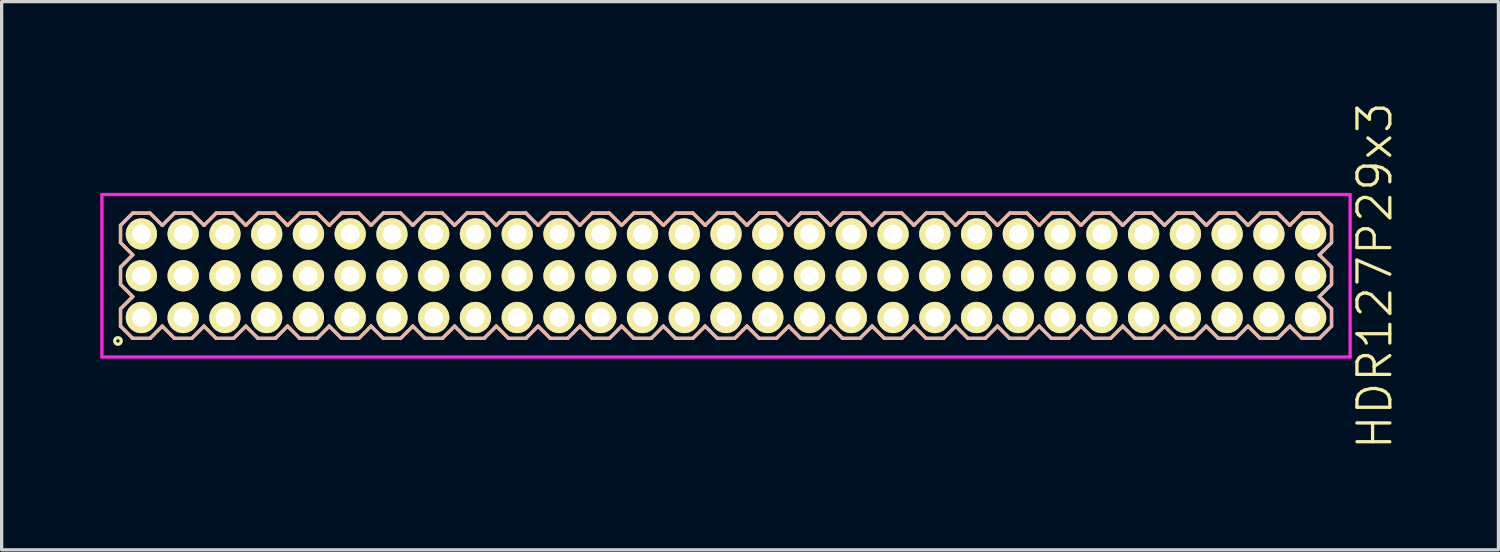
<source format=kicad_pcb>
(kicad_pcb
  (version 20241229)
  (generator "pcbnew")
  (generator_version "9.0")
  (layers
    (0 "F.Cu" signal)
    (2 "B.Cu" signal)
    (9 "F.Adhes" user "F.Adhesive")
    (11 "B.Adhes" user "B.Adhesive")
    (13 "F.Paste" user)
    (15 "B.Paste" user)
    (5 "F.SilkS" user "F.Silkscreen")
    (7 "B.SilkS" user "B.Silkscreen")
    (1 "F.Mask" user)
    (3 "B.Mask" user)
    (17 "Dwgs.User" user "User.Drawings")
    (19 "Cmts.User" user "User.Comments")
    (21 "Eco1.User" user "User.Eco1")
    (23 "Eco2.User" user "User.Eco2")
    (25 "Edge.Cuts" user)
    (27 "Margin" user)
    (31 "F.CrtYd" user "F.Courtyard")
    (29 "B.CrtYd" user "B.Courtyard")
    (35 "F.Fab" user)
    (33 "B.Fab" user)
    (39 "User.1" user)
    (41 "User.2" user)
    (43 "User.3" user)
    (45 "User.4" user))
  (footprint "HDR127P29x3"
    (layer "F.Cu")
    (at 19.03 5.336)
    (property "Reference" "HDR127P29x3" (at 19.73 0 90) (layer "F.SilkS") (effects (font (size 1 1) (thickness 0.1))))
    (attr through_hole)
    (fp_line (start -18.415 -1.533) (end -18.043 -1.905) (stroke (width 0.1) (type solid)) (layer "F.SilkS"))
    (fp_line (start -18.415 -1.007) (end -18.415 -1.533) (stroke (width 0.1) (type solid)) (layer "F.SilkS"))
    (fp_line (start -18.415 -0.263) (end -18.043 -0.635) (stroke (width 0.1) (type solid)) (layer "F.SilkS"))
    (fp_line (start -18.415 0.263) (end -18.415 -0.263) (stroke (width 0.1) (type solid)) (layer "F.SilkS"))
    (fp_line (start -18.415 1.007) (end -18.043 0.635) (stroke (width 0.1) (type solid)) (layer "F.SilkS"))
    (fp_line (start -18.415 1.533) (end -18.415 1.007) (stroke (width 0.1) (type solid)) (layer "F.SilkS"))
    (fp_line (start -18.043 -1.905) (end -17.517 -1.905) (stroke (width 0.1) (type solid)) (layer "F.SilkS"))
    (fp_line (start -18.043 -0.635) (end -18.415 -1.007) (stroke (width 0.1) (type solid)) (layer "F.SilkS"))
    (fp_line (start -18.043 0.635) (end -18.415 0.263) (stroke (width 0.1) (type solid)) (layer "F.SilkS"))
    (fp_line (start -18.043 1.905) (end -18.415 1.533) (stroke (width 0.1) (type solid)) (layer "F.SilkS"))
    (fp_line (start -17.517 -1.905) (end -17.145 -1.533) (stroke (width 0.1) (type solid)) (layer "F.SilkS"))
    (fp_line (start -17.517 1.905) (end -18.043 1.905) (stroke (width 0.1) (type solid)) (layer "F.SilkS"))
    (fp_line (start -17.145 -1.533) (end -16.773 -1.905) (stroke (width 0.1) (type solid)) (layer "F.SilkS"))
    (fp_line (start -17.145 1.533) (end -17.517 1.905) (stroke (width 0.1) (type solid)) (layer "F.SilkS"))
    (fp_line (start -16.773 -1.905) (end -16.247 -1.905) (stroke (width 0.1) (type solid)) (layer "F.SilkS"))
    (fp_line (start -16.773 1.905) (end -17.145 1.533) (stroke (width 0.1) (type solid)) (layer "F.SilkS"))
    (fp_line (start -16.247 -1.905) (end -15.875 -1.533) (stroke (width 0.1) (type solid)) (layer "F.SilkS"))
    (fp_line (start -16.247 1.905) (end -16.773 1.905) (stroke (width 0.1) (type solid)) (layer "F.SilkS"))
    (fp_line (start -15.875 -1.533) (end -15.503 -1.905) (stroke (width 0.1) (type solid)) (layer "F.SilkS"))
    (fp_line (start -15.875 1.533) (end -16.247 1.905) (stroke (width 0.1) (type solid)) (layer "F.SilkS"))
    (fp_line (start -15.503 -1.905) (end -14.977 -1.905) (stroke (width 0.1) (type solid)) (layer "F.SilkS"))
    (fp_line (start -15.503 1.905) (end -15.875 1.533) (stroke (width 0.1) (type solid)) (layer "F.SilkS"))
    (fp_line (start -14.977 -1.905) (end -14.605 -1.533) (stroke (width 0.1) (type solid)) (layer "F.SilkS"))
    (fp_line (start -14.977 1.905) (end -15.503 1.905) (stroke (width 0.1) (type solid)) (layer "F.SilkS"))
    (fp_line (start -14.605 -1.533) (end -14.233 -1.905) (stroke (width 0.1) (type solid)) (layer "F.SilkS"))
    (fp_line (start -14.605 1.533) (end -14.977 1.905) (stroke (width 0.1) (type solid)) (layer "F.SilkS"))
    (fp_line (start -14.233 -1.905) (end -13.707 -1.905) (stroke (width 0.1) (type solid)) (layer "F.SilkS"))
    (fp_line (start -14.233 1.905) (end -14.605 1.533) (stroke (width 0.1) (type solid)) (layer "F.SilkS"))
    (fp_line (start -13.707 -1.905) (end -13.335 -1.533) (stroke (width 0.1) (type solid)) (layer "F.SilkS"))
    (fp_line (start -13.707 1.905) (end -14.233 1.905) (stroke (width 0.1) (type solid)) (layer "F.SilkS"))
    (fp_line (start -13.335 -1.533) (end -12.963 -1.905) (stroke (width 0.1) (type solid)) (layer "F.SilkS"))
    (fp_line (start -13.335 1.533) (end -13.707 1.905) (stroke (width 0.1) (type solid)) (layer "F.SilkS"))
    (fp_line (start -12.963 -1.905) (end -12.437 -1.905) (stroke (width 0.1) (type solid)) (layer "F.SilkS"))
    (fp_line (start -12.963 1.905) (end -13.335 1.533) (stroke (width 0.1) (type solid)) (layer "F.SilkS"))
    (fp_line (start -12.437 -1.905) (end -12.065 -1.533) (stroke (width 0.1) (type solid)) (layer "F.SilkS"))
    (fp_line (start -12.437 1.905) (end -12.963 1.905) (stroke (width 0.1) (type solid)) (layer "F.SilkS"))
    (fp_line (start -12.065 -1.533) (end -11.693 -1.905) (stroke (width 0.1) (type solid)) (layer "F.SilkS"))
    (fp_line (start -12.065 1.533) (end -12.437 1.905) (stroke (width 0.1) (type solid)) (layer "F.SilkS"))
    (fp_line (start -11.693 -1.905) (end -11.167 -1.905) (stroke (width 0.1) (type solid)) (layer "F.SilkS"))
    (fp_line (start -11.693 1.905) (end -12.065 1.533) (stroke (width 0.1) (type solid)) (layer "F.SilkS"))
    (fp_line (start -11.167 -1.905) (end -10.795 -1.533) (stroke (width 0.1) (type solid)) (layer "F.SilkS"))
    (fp_line (start -11.167 1.905) (end -11.693 1.905) (stroke (width 0.1) (type solid)) (layer "F.SilkS"))
    (fp_line (start -10.795 -1.533) (end -10.423 -1.905) (stroke (width 0.1) (type solid)) (layer "F.SilkS"))
    (fp_line (start -10.795 1.533) (end -11.167 1.905) (stroke (width 0.1) (type solid)) (layer "F.SilkS"))
    (fp_line (start -10.423 -1.905) (end -9.897 -1.905) (stroke (width 0.1) (type solid)) (layer "F.SilkS"))
    (fp_line (start -10.423 1.905) (end -10.795 1.533) (stroke (width 0.1) (type solid)) (layer "F.SilkS"))
    (fp_line (start -9.897 -1.905) (end -9.525 -1.533) (stroke (width 0.1) (type solid)) (layer "F.SilkS"))
    (fp_line (start -9.897 1.905) (end -10.423 1.905) (stroke (width 0.1) (type solid)) (layer "F.SilkS"))
    (fp_line (start -9.525 -1.533) (end -9.153 -1.905) (stroke (width 0.1) (type solid)) (layer "F.SilkS"))
    (fp_line (start -9.525 1.533) (end -9.897 1.905) (stroke (width 0.1) (type solid)) (layer "F.SilkS"))
    (fp_line (start -9.153 -1.905) (end -8.627 -1.905) (stroke (width 0.1) (type solid)) (layer "F.SilkS"))
    (fp_line (start -9.153 1.905) (end -9.525 1.533) (stroke (width 0.1) (type solid)) (layer "F.SilkS"))
    (fp_line (start -8.627 -1.905) (end -8.255 -1.533) (stroke (width 0.1) (type solid)) (layer "F.SilkS"))
    (fp_line (start -8.627 1.905) (end -9.153 1.905) (stroke (width 0.1) (type solid)) (layer "F.SilkS"))
    (fp_line (start -8.255 -1.533) (end -7.883 -1.905) (stroke (width 0.1) (type solid)) (layer "F.SilkS"))
    (fp_line (start -8.255 1.533) (end -8.627 1.905) (stroke (width 0.1) (type solid)) (layer "F.SilkS"))
    (fp_line (start -7.883 -1.905) (end -7.357 -1.905) (stroke (width 0.1) (type solid)) (layer "F.SilkS"))
    (fp_line (start -7.883 1.905) (end -8.255 1.533) (stroke (width 0.1) (type solid)) (layer "F.SilkS"))
    (fp_line (start -7.357 -1.905) (end -6.985 -1.533) (stroke (width 0.1) (type solid)) (layer "F.SilkS"))
    (fp_line (start -7.357 1.905) (end -7.883 1.905) (stroke (width 0.1) (type solid)) (layer "F.SilkS"))
    (fp_line (start -6.985 -1.533) (end -6.613 -1.905) (stroke (width 0.1) (type solid)) (layer "F.SilkS"))
    (fp_line (start -6.985 1.533) (end -7.357 1.905) (stroke (width 0.1) (type solid)) (layer "F.SilkS"))
    (fp_line (start -6.613 -1.905) (end -6.087 -1.905) (stroke (width 0.1) (type solid)) (layer "F.SilkS"))
    (fp_line (start -6.613 1.905) (end -6.985 1.533) (stroke (width 0.1) (type solid)) (layer "F.SilkS"))
    (fp_line (start -6.087 -1.905) (end -5.715 -1.533) (stroke (width 0.1) (type solid)) (layer "F.SilkS"))
    (fp_line (start -6.087 1.905) (end -6.613 1.905) (stroke (width 0.1) (type solid)) (layer "F.SilkS"))
    (fp_line (start -5.715 -1.533) (end -5.343 -1.905) (stroke (width 0.1) (type solid)) (layer "F.SilkS"))
    (fp_line (start -5.715 1.533) (end -6.087 1.905) (stroke (width 0.1) (type solid)) (layer "F.SilkS"))
    (fp_line (start -5.343 -1.905) (end -4.817 -1.905) (stroke (width 0.1) (type solid)) (layer "F.SilkS"))
    (fp_line (start -5.343 1.905) (end -5.715 1.533) (stroke (width 0.1) (type solid)) (layer "F.SilkS"))
    (fp_line (start -4.817 -1.905) (end -4.445 -1.533) (stroke (width 0.1) (type solid)) (layer "F.SilkS"))
    (fp_line (start -4.817 1.905) (end -5.343 1.905) (stroke (width 0.1) (type solid)) (layer "F.SilkS"))
    (fp_line (start -4.445 -1.533) (end -4.073 -1.905) (stroke (width 0.1) (type solid)) (layer "F.SilkS"))
    (fp_line (start -4.445 1.533) (end -4.817 1.905) (stroke (width 0.1) (type solid)) (layer "F.SilkS"))
    (fp_line (start -4.073 -1.905) (end -3.547 -1.905) (stroke (width 0.1) (type solid)) (layer "F.SilkS"))
    (fp_line (start -4.073 1.905) (end -4.445 1.533) (stroke (width 0.1) (type solid)) (layer "F.SilkS"))
    (fp_line (start -3.547 -1.905) (end -3.175 -1.533) (stroke (width 0.1) (type solid)) (layer "F.SilkS"))
    (fp_line (start -3.547 1.905) (end -4.073 1.905) (stroke (width 0.1) (type solid)) (layer "F.SilkS"))
    (fp_line (start -3.175 -1.533) (end -2.803 -1.905) (stroke (width 0.1) (type solid)) (layer "F.SilkS"))
    (fp_line (start -3.175 1.533) (end -3.547 1.905) (stroke (width 0.1) (type solid)) (layer "F.SilkS"))
    (fp_line (start -2.803 -1.905) (end -2.277 -1.905) (stroke (width 0.1) (type solid)) (layer "F.SilkS"))
    (fp_line (start -2.803 1.905) (end -3.175 1.533) (stroke (width 0.1) (type solid)) (layer "F.SilkS"))
    (fp_line (start -2.277 -1.905) (end -1.905 -1.533) (stroke (width 0.1) (type solid)) (layer "F.SilkS"))
    (fp_line (start -2.277 1.905) (end -2.803 1.905) (stroke (width 0.1) (type solid)) (layer "F.SilkS"))
    (fp_line (start -1.905 -1.533) (end -1.533 -1.905) (stroke (width 0.1) (type solid)) (layer "F.SilkS"))
    (fp_line (start -1.905 1.533) (end -2.277 1.905) (stroke (width 0.1) (type solid)) (layer "F.SilkS"))
    (fp_line (start -1.533 -1.905) (end -1.007 -1.905) (stroke (width 0.1) (type solid)) (layer "F.SilkS"))
    (fp_line (start -1.533 1.905) (end -1.905 1.533) (stroke (width 0.1) (type solid)) (layer "F.SilkS"))
    (fp_line (start -1.007 -1.905) (end -0.635 -1.533) (stroke (width 0.1) (type solid)) (layer "F.SilkS"))
    (fp_line (start -1.007 1.905) (end -1.533 1.905) (stroke (width 0.1) (type solid)) (layer "F.SilkS"))
    (fp_line (start -0.635 -1.533) (end -0.263 -1.905) (stroke (width 0.1) (type solid)) (layer "F.SilkS"))
    (fp_line (start -0.635 1.533) (end -1.007 1.905) (stroke (width 0.1) (type solid)) (layer "F.SilkS"))
    (fp_line (start -0.263 -1.905) (end 0.263 -1.905) (stroke (width 0.1) (type solid)) (layer "F.SilkS"))
    (fp_line (start -0.263 1.905) (end -0.635 1.533) (stroke (width 0.1) (type solid)) (layer "F.SilkS"))
    (fp_line (start 0.263 -1.905) (end 0.635 -1.533) (stroke (width 0.1) (type solid)) (layer "F.SilkS"))
    (fp_line (start 0.263 1.905) (end -0.263 1.905) (stroke (width 0.1) (type solid)) (layer "F.SilkS"))
    (fp_line (start 0.635 -1.533) (end 1.007 -1.905) (stroke (width 0.1) (type solid)) (layer "F.SilkS"))
    (fp_line (start 0.635 1.533) (end 0.263 1.905) (stroke (width 0.1) (type solid)) (layer "F.SilkS"))
    (fp_line (start 1.007 -1.905) (end 1.533 -1.905) (stroke (width 0.1) (type solid)) (layer "F.SilkS"))
    (fp_line (start 1.007 1.905) (end 0.635 1.533) (stroke (width 0.1) (type solid)) (layer "F.SilkS"))
    (fp_line (start 1.533 -1.905) (end 1.905 -1.533) (stroke (width 0.1) (type solid)) (layer "F.SilkS"))
    (fp_line (start 1.533 1.905) (end 1.007 1.905) (stroke (width 0.1) (type solid)) (layer "F.SilkS"))
    (fp_line (start 1.905 -1.533) (end 2.277 -1.905) (stroke (width 0.1) (type solid)) (layer "F.SilkS"))
    (fp_line (start 1.905 1.533) (end 1.533 1.905) (stroke (width 0.1) (type solid)) (layer "F.SilkS"))
    (fp_line (start 2.277 -1.905) (end 2.803 -1.905) (stroke (width 0.1) (type solid)) (layer "F.SilkS"))
    (fp_line (start 2.277 1.905) (end 1.905 1.533) (stroke (width 0.1) (type solid)) (layer "F.SilkS"))
    (fp_line (start 2.803 -1.905) (end 3.175 -1.533) (stroke (width 0.1) (type solid)) (layer "F.SilkS"))
    (fp_line (start 2.803 1.905) (end 2.277 1.905) (stroke (width 0.1) (type solid)) (layer "F.SilkS"))
    (fp_line (start 3.175 -1.533) (end 3.547 -1.905) (stroke (width 0.1) (type solid)) (layer "F.SilkS"))
    (fp_line (start 3.175 1.533) (end 2.803 1.905) (stroke (width 0.1) (type solid)) (layer "F.SilkS"))
    (fp_line (start 3.547 -1.905) (end 4.073 -1.905) (stroke (width 0.1) (type solid)) (layer "F.SilkS"))
    (fp_line (start 3.547 1.905) (end 3.175 1.533) (stroke (width 0.1) (type solid)) (layer "F.SilkS"))
    (fp_line (start 4.073 -1.905) (end 4.445 -1.533) (stroke (width 0.1) (type solid)) (layer "F.SilkS"))
    (fp_line (start 4.073 1.905) (end 3.547 1.905) (stroke (width 0.1) (type solid)) (layer "F.SilkS"))
    (fp_line (start 4.445 -1.533) (end 4.817 -1.905) (stroke (width 0.1) (type solid)) (layer "F.SilkS"))
    (fp_line (start 4.445 1.533) (end 4.073 1.905) (stroke (width 0.1) (type solid)) (layer "F.SilkS"))
    (fp_line (start 4.817 -1.905) (end 5.343 -1.905) (stroke (width 0.1) (type solid)) (layer "F.SilkS"))
    (fp_line (start 4.817 1.905) (end 4.445 1.533) (stroke (width 0.1) (type solid)) (layer "F.SilkS"))
    (fp_line (start 5.343 -1.905) (end 5.715 -1.533) (stroke (width 0.1) (type solid)) (layer "F.SilkS"))
    (fp_line (start 5.343 1.905) (end 4.817 1.905) (stroke (width 0.1) (type solid)) (layer "F.SilkS"))
    (fp_line (start 5.715 -1.533) (end 6.087 -1.905) (stroke (width 0.1) (type solid)) (layer "F.SilkS"))
    (fp_line (start 5.715 1.533) (end 5.343 1.905) (stroke (width 0.1) (type solid)) (layer "F.SilkS"))
    (fp_line (start 6.087 -1.905) (end 6.613 -1.905) (stroke (width 0.1) (type solid)) (layer "F.SilkS"))
    (fp_line (start 6.087 1.905) (end 5.715 1.533) (stroke (width 0.1) (type solid)) (layer "F.SilkS"))
    (fp_line (start 6.613 -1.905) (end 6.985 -1.533) (stroke (width 0.1) (type solid)) (layer "F.SilkS"))
    (fp_line (start 6.613 1.905) (end 6.087 1.905) (stroke (width 0.1) (type solid)) (layer "F.SilkS"))
    (fp_line (start 6.985 -1.533) (end 7.357 -1.905) (stroke (width 0.1) (type solid)) (layer "F.SilkS"))
    (fp_line (start 6.985 1.533) (end 6.613 1.905) (stroke (width 0.1) (type solid)) (layer "F.SilkS"))
    (fp_line (start 7.357 -1.905) (end 7.883 -1.905) (stroke (width 0.1) (type solid)) (layer "F.SilkS"))
    (fp_line (start 7.357 1.905) (end 6.985 1.533) (stroke (width 0.1) (type solid)) (layer "F.SilkS"))
    (fp_line (start 7.883 -1.905) (end 8.255 -1.533) (stroke (width 0.1) (type solid)) (layer "F.SilkS"))
    (fp_line (start 7.883 1.905) (end 7.357 1.905) (stroke (width 0.1) (type solid)) (layer "F.SilkS"))
    (fp_line (start 8.255 -1.533) (end 8.627 -1.905) (stroke (width 0.1) (type solid)) (layer "F.SilkS"))
    (fp_line (start 8.255 1.533) (end 7.883 1.905) (stroke (width 0.1) (type solid)) (layer "F.SilkS"))
    (fp_line (start 8.627 -1.905) (end 9.153 -1.905) (stroke (width 0.1) (type solid)) (layer "F.SilkS"))
    (fp_line (start 8.627 1.905) (end 8.255 1.533) (stroke (width 0.1) (type solid)) (layer "F.SilkS"))
    (fp_line (start 9.153 -1.905) (end 9.525 -1.533) (stroke (width 0.1) (type solid)) (layer "F.SilkS"))
    (fp_line (start 9.153 1.905) (end 8.627 1.905) (stroke (width 0.1) (type solid)) (layer "F.SilkS"))
    (fp_line (start 9.525 -1.533) (end 9.897 -1.905) (stroke (width 0.1) (type solid)) (layer "F.SilkS"))
    (fp_line (start 9.525 1.533) (end 9.153 1.905) (stroke (width 0.1) (type solid)) (layer "F.SilkS"))
    (fp_line (start 9.897 -1.905) (end 10.423 -1.905) (stroke (width 0.1) (type solid)) (layer "F.SilkS"))
    (fp_line (start 9.897 1.905) (end 9.525 1.533) (stroke (width 0.1) (type solid)) (layer "F.SilkS"))
    (fp_line (start 10.423 -1.905) (end 10.795 -1.533) (stroke (width 0.1) (type solid)) (layer "F.SilkS"))
    (fp_line (start 10.423 1.905) (end 9.897 1.905) (stroke (width 0.1) (type solid)) (layer "F.SilkS"))
    (fp_line (start 10.795 -1.533) (end 11.167 -1.905) (stroke (width 0.1) (type solid)) (layer "F.SilkS"))
    (fp_line (start 10.795 1.533) (end 10.423 1.905) (stroke (width 0.1) (type solid)) (layer "F.SilkS"))
    (fp_line (start 11.167 -1.905) (end 11.693 -1.905) (stroke (width 0.1) (type solid)) (layer "F.SilkS"))
    (fp_line (start 11.167 1.905) (end 10.795 1.533) (stroke (width 0.1) (type solid)) (layer "F.SilkS"))
    (fp_line (start 11.693 -1.905) (end 12.065 -1.533) (stroke (width 0.1) (type solid)) (layer "F.SilkS"))
    (fp_line (start 11.693 1.905) (end 11.167 1.905) (stroke (width 0.1) (type solid)) (layer "F.SilkS"))
    (fp_line (start 12.065 -1.533) (end 12.437 -1.905) (stroke (width 0.1) (type solid)) (layer "F.SilkS"))
    (fp_line (start 12.065 1.533) (end 11.693 1.905) (stroke (width 0.1) (type solid)) (layer "F.SilkS"))
    (fp_line (start 12.437 -1.905) (end 12.963 -1.905) (stroke (width 0.1) (type solid)) (layer "F.SilkS"))
    (fp_line (start 12.437 1.905) (end 12.065 1.533) (stroke (width 0.1) (type solid)) (layer "F.SilkS"))
    (fp_line (start 12.963 -1.905) (end 13.335 -1.533) (stroke (width 0.1) (type solid)) (layer "F.SilkS"))
    (fp_line (start 12.963 1.905) (end 12.437 1.905) (stroke (width 0.1) (type solid)) (layer "F.SilkS"))
    (fp_line (start 13.335 -1.533) (end 13.707 -1.905) (stroke (width 0.1) (type solid)) (layer "F.SilkS"))
    (fp_line (start 13.335 1.533) (end 12.963 1.905) (stroke (width 0.1) (type solid)) (layer "F.SilkS"))
    (fp_line (start 13.707 -1.905) (end 14.233 -1.905) (stroke (width 0.1) (type solid)) (layer "F.SilkS"))
    (fp_line (start 13.707 1.905) (end 13.335 1.533) (stroke (width 0.1) (type solid)) (layer "F.SilkS"))
    (fp_line (start 14.233 -1.905) (end 14.605 -1.533) (stroke (width 0.1) (type solid)) (layer "F.SilkS"))
    (fp_line (start 14.233 1.905) (end 13.707 1.905) (stroke (width 0.1) (type solid)) (layer "F.SilkS"))
    (fp_line (start 14.605 -1.533) (end 14.977 -1.905) (stroke (width 0.1) (type solid)) (layer "F.SilkS"))
    (fp_line (start 14.605 1.533) (end 14.233 1.905) (stroke (width 0.1) (type solid)) (layer "F.SilkS"))
    (fp_line (start 14.977 -1.905) (end 15.503 -1.905) (stroke (width 0.1) (type solid)) (layer "F.SilkS"))
    (fp_line (start 14.977 1.905) (end 14.605 1.533) (stroke (width 0.1) (type solid)) (layer "F.SilkS"))
    (fp_line (start 15.503 -1.905) (end 15.875 -1.533) (stroke (width 0.1) (type solid)) (layer "F.SilkS"))
    (fp_line (start 15.503 1.905) (end 14.977 1.905) (stroke (width 0.1) (type solid)) (layer "F.SilkS"))
    (fp_line (start 15.875 -1.533) (end 16.247 -1.905) (stroke (width 0.1) (type solid)) (layer "F.SilkS"))
    (fp_line (start 15.875 1.533) (end 15.503 1.905) (stroke (width 0.1) (type solid)) (layer "F.SilkS"))
    (fp_line (start 16.247 -1.905) (end 16.773 -1.905) (stroke (width 0.1) (type solid)) (layer "F.SilkS"))
    (fp_line (start 16.247 1.905) (end 15.875 1.533) (stroke (width 0.1) (type solid)) (layer "F.SilkS"))
    (fp_line (start 16.773 -1.905) (end 17.145 -1.533) (stroke (width 0.1) (type solid)) (layer "F.SilkS"))
    (fp_line (start 16.773 1.905) (end 16.247 1.905) (stroke (width 0.1) (type solid)) (layer "F.SilkS"))
    (fp_line (start 17.145 -1.533) (end 17.517 -1.905) (stroke (width 0.1) (type solid)) (layer "F.SilkS"))
    (fp_line (start 17.145 1.533) (end 16.773 1.905) (stroke (width 0.1) (type solid)) (layer "F.SilkS"))
    (fp_line (start 17.517 -1.905) (end 18.043 -1.905) (stroke (width 0.1) (type solid)) (layer "F.SilkS"))
    (fp_line (start 17.517 1.905) (end 17.145 1.533) (stroke (width 0.1) (type solid)) (layer "F.SilkS"))
    (fp_line (start 18.043 -1.905) (end 18.415 -1.533) (stroke (width 0.1) (type solid)) (layer "F.SilkS"))
    (fp_line (start 18.043 -0.635) (end 18.415 -0.263) (stroke (width 0.1) (type solid)) (layer "F.SilkS"))
    (fp_line (start 18.043 0.635) (end 18.415 1.007) (stroke (width 0.1) (type solid)) (layer "F.SilkS"))
    (fp_line (start 18.043 1.905) (end 17.517 1.905) (stroke (width 0.1) (type solid)) (layer "F.SilkS"))
    (fp_line (start 18.415 -1.533) (end 18.415 -1.007) (stroke (width 0.1) (type solid)) (layer "F.SilkS"))
    (fp_line (start 18.415 -1.007) (end 18.043 -0.635) (stroke (width 0.1) (type solid)) (layer "F.SilkS"))
    (fp_line (start 18.415 -0.263) (end 18.415 0.263) (stroke (width 0.1) (type solid)) (layer "F.SilkS"))
    (fp_line (start 18.415 0.263) (end 18.043 0.635) (stroke (width 0.1) (type solid)) (layer "F.SilkS"))
    (fp_line (start 18.415 1.007) (end 18.415 1.533) (stroke (width 0.1) (type solid)) (layer "F.SilkS"))
    (fp_line (start 18.415 1.533) (end 18.043 1.905) (stroke (width 0.1) (type solid)) (layer "F.SilkS"))
    (fp_circle (center -18.493 1.983) (end -18.393 1.983) (stroke (width 0.1) (type solid)) (fill no) (layer "F.SilkS"))
    (fp_line (start -18.415 -1.533) (end -18.043 -1.905) (stroke (width 0.1) (type solid)) (layer "B.SilkS"))
    (fp_line (start -18.415 -1.007) (end -18.415 -1.533) (stroke (width 0.1) (type solid)) (layer "B.SilkS"))
    (fp_line (start -18.415 -0.263) (end -18.043 -0.635) (stroke (width 0.1) (type solid)) (layer "B.SilkS"))
    (fp_line (start -18.415 0.263) (end -18.415 -0.263) (stroke (width 0.1) (type solid)) (layer "B.SilkS"))
    (fp_line (start -18.415 1.007) (end -18.043 0.635) (stroke (width 0.1) (type solid)) (layer "B.SilkS"))
    (fp_line (start -18.415 1.533) (end -18.415 1.007) (stroke (width 0.1) (type solid)) (layer "B.SilkS"))
    (fp_line (start -18.043 -1.905) (end -17.517 -1.905) (stroke (width 0.1) (type solid)) (layer "B.SilkS"))
    (fp_line (start -18.043 -0.635) (end -18.415 -1.007) (stroke (width 0.1) (type solid)) (layer "B.SilkS"))
    (fp_line (start -18.043 0.635) (end -18.415 0.263) (stroke (width 0.1) (type solid)) (layer "B.SilkS"))
    (fp_line (start -18.043 1.905) (end -18.415 1.533) (stroke (width 0.1) (type solid)) (layer "B.SilkS"))
    (fp_line (start -17.517 -1.905) (end -17.145 -1.533) (stroke (width 0.1) (type solid)) (layer "B.SilkS"))
    (fp_line (start -17.517 1.905) (end -18.043 1.905) (stroke (width 0.1) (type solid)) (layer "B.SilkS"))
    (fp_line (start -17.145 -1.533) (end -16.773 -1.905) (stroke (width 0.1) (type solid)) (layer "B.SilkS"))
    (fp_line (start -17.145 1.533) (end -17.517 1.905) (stroke (width 0.1) (type solid)) (layer "B.SilkS"))
    (fp_line (start -16.773 -1.905) (end -16.247 -1.905) (stroke (width 0.1) (type solid)) (layer "B.SilkS"))
    (fp_line (start -16.773 1.905) (end -17.145 1.533) (stroke (width 0.1) (type solid)) (layer "B.SilkS"))
    (fp_line (start -16.247 -1.905) (end -15.875 -1.533) (stroke (width 0.1) (type solid)) (layer "B.SilkS"))
    (fp_line (start -16.247 1.905) (end -16.773 1.905) (stroke (width 0.1) (type solid)) (layer "B.SilkS"))
    (fp_line (start -15.875 -1.533) (end -15.503 -1.905) (stroke (width 0.1) (type solid)) (layer "B.SilkS"))
    (fp_line (start -15.875 1.533) (end -16.247 1.905) (stroke (width 0.1) (type solid)) (layer "B.SilkS"))
    (fp_line (start -15.503 -1.905) (end -14.977 -1.905) (stroke (width 0.1) (type solid)) (layer "B.SilkS"))
    (fp_line (start -15.503 1.905) (end -15.875 1.533) (stroke (width 0.1) (type solid)) (layer "B.SilkS"))
    (fp_line (start -14.977 -1.905) (end -14.605 -1.533) (stroke (width 0.1) (type solid)) (layer "B.SilkS"))
    (fp_line (start -14.977 1.905) (end -15.503 1.905) (stroke (width 0.1) (type solid)) (layer "B.SilkS"))
    (fp_line (start -14.605 -1.533) (end -14.233 -1.905) (stroke (width 0.1) (type solid)) (layer "B.SilkS"))
    (fp_line (start -14.605 1.533) (end -14.977 1.905) (stroke (width 0.1) (type solid)) (layer "B.SilkS"))
    (fp_line (start -14.233 -1.905) (end -13.707 -1.905) (stroke (width 0.1) (type solid)) (layer "B.SilkS"))
    (fp_line (start -14.233 1.905) (end -14.605 1.533) (stroke (width 0.1) (type solid)) (layer "B.SilkS"))
    (fp_line (start -13.707 -1.905) (end -13.335 -1.533) (stroke (width 0.1) (type solid)) (layer "B.SilkS"))
    (fp_line (start -13.707 1.905) (end -14.233 1.905) (stroke (width 0.1) (type solid)) (layer "B.SilkS"))
    (fp_line (start -13.335 -1.533) (end -12.963 -1.905) (stroke (width 0.1) (type solid)) (layer "B.SilkS"))
    (fp_line (start -13.335 1.533) (end -13.707 1.905) (stroke (width 0.1) (type solid)) (layer "B.SilkS"))
    (fp_line (start -12.963 -1.905) (end -12.437 -1.905) (stroke (width 0.1) (type solid)) (layer "B.SilkS"))
    (fp_line (start -12.963 1.905) (end -13.335 1.533) (stroke (width 0.1) (type solid)) (layer "B.SilkS"))
    (fp_line (start -12.437 -1.905) (end -12.065 -1.533) (stroke (width 0.1) (type solid)) (layer "B.SilkS"))
    (fp_line (start -12.437 1.905) (end -12.963 1.905) (stroke (width 0.1) (type solid)) (layer "B.SilkS"))
    (fp_line (start -12.065 -1.533) (end -11.693 -1.905) (stroke (width 0.1) (type solid)) (layer "B.SilkS"))
    (fp_line (start -12.065 1.533) (end -12.437 1.905) (stroke (width 0.1) (type solid)) (layer "B.SilkS"))
    (fp_line (start -11.693 -1.905) (end -11.167 -1.905) (stroke (width 0.1) (type solid)) (layer "B.SilkS"))
    (fp_line (start -11.693 1.905) (end -12.065 1.533) (stroke (width 0.1) (type solid)) (layer "B.SilkS"))
    (fp_line (start -11.167 -1.905) (end -10.795 -1.533) (stroke (width 0.1) (type solid)) (layer "B.SilkS"))
    (fp_line (start -11.167 1.905) (end -11.693 1.905) (stroke (width 0.1) (type solid)) (layer "B.SilkS"))
    (fp_line (start -10.795 -1.533) (end -10.423 -1.905) (stroke (width 0.1) (type solid)) (layer "B.SilkS"))
    (fp_line (start -10.795 1.533) (end -11.167 1.905) (stroke (width 0.1) (type solid)) (layer "B.SilkS"))
    (fp_line (start -10.423 -1.905) (end -9.897 -1.905) (stroke (width 0.1) (type solid)) (layer "B.SilkS"))
    (fp_line (start -10.423 1.905) (end -10.795 1.533) (stroke (width 0.1) (type solid)) (layer "B.SilkS"))
    (fp_line (start -9.897 -1.905) (end -9.525 -1.533) (stroke (width 0.1) (type solid)) (layer "B.SilkS"))
    (fp_line (start -9.897 1.905) (end -10.423 1.905) (stroke (width 0.1) (type solid)) (layer "B.SilkS"))
    (fp_line (start -9.525 -1.533) (end -9.153 -1.905) (stroke (width 0.1) (type solid)) (layer "B.SilkS"))
    (fp_line (start -9.525 1.533) (end -9.897 1.905) (stroke (width 0.1) (type solid)) (layer "B.SilkS"))
    (fp_line (start -9.153 -1.905) (end -8.627 -1.905) (stroke (width 0.1) (type solid)) (layer "B.SilkS"))
    (fp_line (start -9.153 1.905) (end -9.525 1.533) (stroke (width 0.1) (type solid)) (layer "B.SilkS"))
    (fp_line (start -8.627 -1.905) (end -8.255 -1.533) (stroke (width 0.1) (type solid)) (layer "B.SilkS"))
    (fp_line (start -8.627 1.905) (end -9.153 1.905) (stroke (width 0.1) (type solid)) (layer "B.SilkS"))
    (fp_line (start -8.255 -1.533) (end -7.883 -1.905) (stroke (width 0.1) (type solid)) (layer "B.SilkS"))
    (fp_line (start -8.255 1.533) (end -8.627 1.905) (stroke (width 0.1) (type solid)) (layer "B.SilkS"))
    (fp_line (start -7.883 -1.905) (end -7.357 -1.905) (stroke (width 0.1) (type solid)) (layer "B.SilkS"))
    (fp_line (start -7.883 1.905) (end -8.255 1.533) (stroke (width 0.1) (type solid)) (layer "B.SilkS"))
    (fp_line (start -7.357 -1.905) (end -6.985 -1.533) (stroke (width 0.1) (type solid)) (layer "B.SilkS"))
    (fp_line (start -7.357 1.905) (end -7.883 1.905) (stroke (width 0.1) (type solid)) (layer "B.SilkS"))
    (fp_line (start -6.985 -1.533) (end -6.613 -1.905) (stroke (width 0.1) (type solid)) (layer "B.SilkS"))
    (fp_line (start -6.985 1.533) (end -7.357 1.905) (stroke (width 0.1) (type solid)) (layer "B.SilkS"))
    (fp_line (start -6.613 -1.905) (end -6.087 -1.905) (stroke (width 0.1) (type solid)) (layer "B.SilkS"))
    (fp_line (start -6.613 1.905) (end -6.985 1.533) (stroke (width 0.1) (type solid)) (layer "B.SilkS"))
    (fp_line (start -6.087 -1.905) (end -5.715 -1.533) (stroke (width 0.1) (type solid)) (layer "B.SilkS"))
    (fp_line (start -6.087 1.905) (end -6.613 1.905) (stroke (width 0.1) (type solid)) (layer "B.SilkS"))
    (fp_line (start -5.715 -1.533) (end -5.343 -1.905) (stroke (width 0.1) (type solid)) (layer "B.SilkS"))
    (fp_line (start -5.715 1.533) (end -6.087 1.905) (stroke (width 0.1) (type solid)) (layer "B.SilkS"))
    (fp_line (start -5.343 -1.905) (end -4.817 -1.905) (stroke (width 0.1) (type solid)) (layer "B.SilkS"))
    (fp_line (start -5.343 1.905) (end -5.715 1.533) (stroke (width 0.1) (type solid)) (layer "B.SilkS"))
    (fp_line (start -4.817 -1.905) (end -4.445 -1.533) (stroke (width 0.1) (type solid)) (layer "B.SilkS"))
    (fp_line (start -4.817 1.905) (end -5.343 1.905) (stroke (width 0.1) (type solid)) (layer "B.SilkS"))
    (fp_line (start -4.445 -1.533) (end -4.073 -1.905) (stroke (width 0.1) (type solid)) (layer "B.SilkS"))
    (fp_line (start -4.445 1.533) (end -4.817 1.905) (stroke (width 0.1) (type solid)) (layer "B.SilkS"))
    (fp_line (start -4.073 -1.905) (end -3.547 -1.905) (stroke (width 0.1) (type solid)) (layer "B.SilkS"))
    (fp_line (start -4.073 1.905) (end -4.445 1.533) (stroke (width 0.1) (type solid)) (layer "B.SilkS"))
    (fp_line (start -3.547 -1.905) (end -3.175 -1.533) (stroke (width 0.1) (type solid)) (layer "B.SilkS"))
    (fp_line (start -3.547 1.905) (end -4.073 1.905) (stroke (width 0.1) (type solid)) (layer "B.SilkS"))
    (fp_line (start -3.175 -1.533) (end -2.803 -1.905) (stroke (width 0.1) (type solid)) (layer "B.SilkS"))
    (fp_line (start -3.175 1.533) (end -3.547 1.905) (stroke (width 0.1) (type solid)) (layer "B.SilkS"))
    (fp_line (start -2.803 -1.905) (end -2.277 -1.905) (stroke (width 0.1) (type solid)) (layer "B.SilkS"))
    (fp_line (start -2.803 1.905) (end -3.175 1.533) (stroke (width 0.1) (type solid)) (layer "B.SilkS"))
    (fp_line (start -2.277 -1.905) (end -1.905 -1.533) (stroke (width 0.1) (type solid)) (layer "B.SilkS"))
    (fp_line (start -2.277 1.905) (end -2.803 1.905) (stroke (width 0.1) (type solid)) (layer "B.SilkS"))
    (fp_line (start -1.905 -1.533) (end -1.533 -1.905) (stroke (width 0.1) (type solid)) (layer "B.SilkS"))
    (fp_line (start -1.905 1.533) (end -2.277 1.905) (stroke (width 0.1) (type solid)) (layer "B.SilkS"))
    (fp_line (start -1.533 -1.905) (end -1.007 -1.905) (stroke (width 0.1) (type solid)) (layer "B.SilkS"))
    (fp_line (start -1.533 1.905) (end -1.905 1.533) (stroke (width 0.1) (type solid)) (layer "B.SilkS"))
    (fp_line (start -1.007 -1.905) (end -0.635 -1.533) (stroke (width 0.1) (type solid)) (layer "B.SilkS"))
    (fp_line (start -1.007 1.905) (end -1.533 1.905) (stroke (width 0.1) (type solid)) (layer "B.SilkS"))
    (fp_line (start -0.635 -1.533) (end -0.263 -1.905) (stroke (width 0.1) (type solid)) (layer "B.SilkS"))
    (fp_line (start -0.635 1.533) (end -1.007 1.905) (stroke (width 0.1) (type solid)) (layer "B.SilkS"))
    (fp_line (start -0.263 -1.905) (end 0.263 -1.905) (stroke (width 0.1) (type solid)) (layer "B.SilkS"))
    (fp_line (start -0.263 1.905) (end -0.635 1.533) (stroke (width 0.1) (type solid)) (layer "B.SilkS"))
    (fp_line (start 0.263 -1.905) (end 0.635 -1.533) (stroke (width 0.1) (type solid)) (layer "B.SilkS"))
    (fp_line (start 0.263 1.905) (end -0.263 1.905) (stroke (width 0.1) (type solid)) (layer "B.SilkS"))
    (fp_line (start 0.635 -1.533) (end 1.007 -1.905) (stroke (width 0.1) (type solid)) (layer "B.SilkS"))
    (fp_line (start 0.635 1.533) (end 0.263 1.905) (stroke (width 0.1) (type solid)) (layer "B.SilkS"))
    (fp_line (start 1.007 -1.905) (end 1.533 -1.905) (stroke (width 0.1) (type solid)) (layer "B.SilkS"))
    (fp_line (start 1.007 1.905) (end 0.635 1.533) (stroke (width 0.1) (type solid)) (layer "B.SilkS"))
    (fp_line (start 1.533 -1.905) (end 1.905 -1.533) (stroke (width 0.1) (type solid)) (layer "B.SilkS"))
    (fp_line (start 1.533 1.905) (end 1.007 1.905) (stroke (width 0.1) (type solid)) (layer "B.SilkS"))
    (fp_line (start 1.905 -1.533) (end 2.277 -1.905) (stroke (width 0.1) (type solid)) (layer "B.SilkS"))
    (fp_line (start 1.905 1.533) (end 1.533 1.905) (stroke (width 0.1) (type solid)) (layer "B.SilkS"))
    (fp_line (start 2.277 -1.905) (end 2.803 -1.905) (stroke (width 0.1) (type solid)) (layer "B.SilkS"))
    (fp_line (start 2.277 1.905) (end 1.905 1.533) (stroke (width 0.1) (type solid)) (layer "B.SilkS"))
    (fp_line (start 2.803 -1.905) (end 3.175 -1.533) (stroke (width 0.1) (type solid)) (layer "B.SilkS"))
    (fp_line (start 2.803 1.905) (end 2.277 1.905) (stroke (width 0.1) (type solid)) (layer "B.SilkS"))
    (fp_line (start 3.175 -1.533) (end 3.547 -1.905) (stroke (width 0.1) (type solid)) (layer "B.SilkS"))
    (fp_line (start 3.175 1.533) (end 2.803 1.905) (stroke (width 0.1) (type solid)) (layer "B.SilkS"))
    (fp_line (start 3.547 -1.905) (end 4.073 -1.905) (stroke (width 0.1) (type solid)) (layer "B.SilkS"))
    (fp_line (start 3.547 1.905) (end 3.175 1.533) (stroke (width 0.1) (type solid)) (layer "B.SilkS"))
    (fp_line (start 4.073 -1.905) (end 4.445 -1.533) (stroke (width 0.1) (type solid)) (layer "B.SilkS"))
    (fp_line (start 4.073 1.905) (end 3.547 1.905) (stroke (width 0.1) (type solid)) (layer "B.SilkS"))
    (fp_line (start 4.445 -1.533) (end 4.817 -1.905) (stroke (width 0.1) (type solid)) (layer "B.SilkS"))
    (fp_line (start 4.445 1.533) (end 4.073 1.905) (stroke (width 0.1) (type solid)) (layer "B.SilkS"))
    (fp_line (start 4.817 -1.905) (end 5.343 -1.905) (stroke (width 0.1) (type solid)) (layer "B.SilkS"))
    (fp_line (start 4.817 1.905) (end 4.445 1.533) (stroke (width 0.1) (type solid)) (layer "B.SilkS"))
    (fp_line (start 5.343 -1.905) (end 5.715 -1.533) (stroke (width 0.1) (type solid)) (layer "B.SilkS"))
    (fp_line (start 5.343 1.905) (end 4.817 1.905) (stroke (width 0.1) (type solid)) (layer "B.SilkS"))
    (fp_line (start 5.715 -1.533) (end 6.087 -1.905) (stroke (width 0.1) (type solid)) (layer "B.SilkS"))
    (fp_line (start 5.715 1.533) (end 5.343 1.905) (stroke (width 0.1) (type solid)) (layer "B.SilkS"))
    (fp_line (start 6.087 -1.905) (end 6.613 -1.905) (stroke (width 0.1) (type solid)) (layer "B.SilkS"))
    (fp_line (start 6.087 1.905) (end 5.715 1.533) (stroke (width 0.1) (type solid)) (layer "B.SilkS"))
    (fp_line (start 6.613 -1.905) (end 6.985 -1.533) (stroke (width 0.1) (type solid)) (layer "B.SilkS"))
    (fp_line (start 6.613 1.905) (end 6.087 1.905) (stroke (width 0.1) (type solid)) (layer "B.SilkS"))
    (fp_line (start 6.985 -1.533) (end 7.357 -1.905) (stroke (width 0.1) (type solid)) (layer "B.SilkS"))
    (fp_line (start 6.985 1.533) (end 6.613 1.905) (stroke (width 0.1) (type solid)) (layer "B.SilkS"))
    (fp_line (start 7.357 -1.905) (end 7.883 -1.905) (stroke (width 0.1) (type solid)) (layer "B.SilkS"))
    (fp_line (start 7.357 1.905) (end 6.985 1.533) (stroke (width 0.1) (type solid)) (layer "B.SilkS"))
    (fp_line (start 7.883 -1.905) (end 8.255 -1.533) (stroke (width 0.1) (type solid)) (layer "B.SilkS"))
    (fp_line (start 7.883 1.905) (end 7.357 1.905) (stroke (width 0.1) (type solid)) (layer "B.SilkS"))
    (fp_line (start 8.255 -1.533) (end 8.627 -1.905) (stroke (width 0.1) (type solid)) (layer "B.SilkS"))
    (fp_line (start 8.255 1.533) (end 7.883 1.905) (stroke (width 0.1) (type solid)) (layer "B.SilkS"))
    (fp_line (start 8.627 -1.905) (end 9.153 -1.905) (stroke (width 0.1) (type solid)) (layer "B.SilkS"))
    (fp_line (start 8.627 1.905) (end 8.255 1.533) (stroke (width 0.1) (type solid)) (layer "B.SilkS"))
    (fp_line (start 9.153 -1.905) (end 9.525 -1.533) (stroke (width 0.1) (type solid)) (layer "B.SilkS"))
    (fp_line (start 9.153 1.905) (end 8.627 1.905) (stroke (width 0.1) (type solid)) (layer "B.SilkS"))
    (fp_line (start 9.525 -1.533) (end 9.897 -1.905) (stroke (width 0.1) (type solid)) (layer "B.SilkS"))
    (fp_line (start 9.525 1.533) (end 9.153 1.905) (stroke (width 0.1) (type solid)) (layer "B.SilkS"))
    (fp_line (start 9.897 -1.905) (end 10.423 -1.905) (stroke (width 0.1) (type solid)) (layer "B.SilkS"))
    (fp_line (start 9.897 1.905) (end 9.525 1.533) (stroke (width 0.1) (type solid)) (layer "B.SilkS"))
    (fp_line (start 10.423 -1.905) (end 10.795 -1.533) (stroke (width 0.1) (type solid)) (layer "B.SilkS"))
    (fp_line (start 10.423 1.905) (end 9.897 1.905) (stroke (width 0.1) (type solid)) (layer "B.SilkS"))
    (fp_line (start 10.795 -1.533) (end 11.167 -1.905) (stroke (width 0.1) (type solid)) (layer "B.SilkS"))
    (fp_line (start 10.795 1.533) (end 10.423 1.905) (stroke (width 0.1) (type solid)) (layer "B.SilkS"))
    (fp_line (start 11.167 -1.905) (end 11.693 -1.905) (stroke (width 0.1) (type solid)) (layer "B.SilkS"))
    (fp_line (start 11.167 1.905) (end 10.795 1.533) (stroke (width 0.1) (type solid)) (layer "B.SilkS"))
    (fp_line (start 11.693 -1.905) (end 12.065 -1.533) (stroke (width 0.1) (type solid)) (layer "B.SilkS"))
    (fp_line (start 11.693 1.905) (end 11.167 1.905) (stroke (width 0.1) (type solid)) (layer "B.SilkS"))
    (fp_line (start 12.065 -1.533) (end 12.437 -1.905) (stroke (width 0.1) (type solid)) (layer "B.SilkS"))
    (fp_line (start 12.065 1.533) (end 11.693 1.905) (stroke (width 0.1) (type solid)) (layer "B.SilkS"))
    (fp_line (start 12.437 -1.905) (end 12.963 -1.905) (stroke (width 0.1) (type solid)) (layer "B.SilkS"))
    (fp_line (start 12.437 1.905) (end 12.065 1.533) (stroke (width 0.1) (type solid)) (layer "B.SilkS"))
    (fp_line (start 12.963 -1.905) (end 13.335 -1.533) (stroke (width 0.1) (type solid)) (layer "B.SilkS"))
    (fp_line (start 12.963 1.905) (end 12.437 1.905) (stroke (width 0.1) (type solid)) (layer "B.SilkS"))
    (fp_line (start 13.335 -1.533) (end 13.707 -1.905) (stroke (width 0.1) (type solid)) (layer "B.SilkS"))
    (fp_line (start 13.335 1.533) (end 12.963 1.905) (stroke (width 0.1) (type solid)) (layer "B.SilkS"))
    (fp_line (start 13.707 -1.905) (end 14.233 -1.905) (stroke (width 0.1) (type solid)) (layer "B.SilkS"))
    (fp_line (start 13.707 1.905) (end 13.335 1.533) (stroke (width 0.1) (type solid)) (layer "B.SilkS"))
    (fp_line (start 14.233 -1.905) (end 14.605 -1.533) (stroke (width 0.1) (type solid)) (layer "B.SilkS"))
    (fp_line (start 14.233 1.905) (end 13.707 1.905) (stroke (width 0.1) (type solid)) (layer "B.SilkS"))
    (fp_line (start 14.605 -1.533) (end 14.977 -1.905) (stroke (width 0.1) (type solid)) (layer "B.SilkS"))
    (fp_line (start 14.605 1.533) (end 14.233 1.905) (stroke (width 0.1) (type solid)) (layer "B.SilkS"))
    (fp_line (start 14.977 -1.905) (end 15.503 -1.905) (stroke (width 0.1) (type solid)) (layer "B.SilkS"))
    (fp_line (start 14.977 1.905) (end 14.605 1.533) (stroke (width 0.1) (type solid)) (layer "B.SilkS"))
    (fp_line (start 15.503 -1.905) (end 15.875 -1.533) (stroke (width 0.1) (type solid)) (layer "B.SilkS"))
    (fp_line (start 15.503 1.905) (end 14.977 1.905) (stroke (width 0.1) (type solid)) (layer "B.SilkS"))
    (fp_line (start 15.875 -1.533) (end 16.247 -1.905) (stroke (width 0.1) (type solid)) (layer "B.SilkS"))
    (fp_line (start 15.875 1.533) (end 15.503 1.905) (stroke (width 0.1) (type solid)) (layer "B.SilkS"))
    (fp_line (start 16.247 -1.905) (end 16.773 -1.905) (stroke (width 0.1) (type solid)) (layer "B.SilkS"))
    (fp_line (start 16.247 1.905) (end 15.875 1.533) (stroke (width 0.1) (type solid)) (layer "B.SilkS"))
    (fp_line (start 16.773 -1.905) (end 17.145 -1.533) (stroke (width 0.1) (type solid)) (layer "B.SilkS"))
    (fp_line (start 16.773 1.905) (end 16.247 1.905) (stroke (width 0.1) (type solid)) (layer "B.SilkS"))
    (fp_line (start 17.145 -1.533) (end 17.517 -1.905) (stroke (width 0.1) (type solid)) (layer "B.SilkS"))
    (fp_line (start 17.145 1.533) (end 16.773 1.905) (stroke (width 0.1) (type solid)) (layer "B.SilkS"))
    (fp_line (start 17.517 -1.905) (end 18.043 -1.905) (stroke (width 0.1) (type solid)) (layer "B.SilkS"))
    (fp_line (start 17.517 1.905) (end 17.145 1.533) (stroke (width 0.1) (type solid)) (layer "B.SilkS"))
    (fp_line (start 18.043 -1.905) (end 18.415 -1.533) (stroke (width 0.1) (type solid)) (layer "B.SilkS"))
    (fp_line (start 18.043 -0.635) (end 18.415 -0.263) (stroke (width 0.1) (type solid)) (layer "B.SilkS"))
    (fp_line (start 18.043 0.635) (end 18.415 1.007) (stroke (width 0.1) (type solid)) (layer "B.SilkS"))
    (fp_line (start 18.043 1.905) (end 17.517 1.905) (stroke (width 0.1) (type solid)) (layer "B.SilkS"))
    (fp_line (start 18.415 -1.533) (end 18.415 -1.007) (stroke (width 0.1) (type solid)) (layer "B.SilkS"))
    (fp_line (start 18.415 -1.007) (end 18.043 -0.635) (stroke (width 0.1) (type solid)) (layer "B.SilkS"))
    (fp_line (start 18.415 -0.263) (end 18.415 0.263) (stroke (width 0.1) (type solid)) (layer "B.SilkS"))
    (fp_line (start 18.415 0.263) (end 18.043 0.635) (stroke (width 0.1) (type solid)) (layer "B.SilkS"))
    (fp_line (start 18.415 1.007) (end 18.415 1.533) (stroke (width 0.1) (type solid)) (layer "B.SilkS"))
    (fp_line (start 18.415 1.533) (end 18.043 1.905) (stroke (width 0.1) (type solid)) (layer "B.SilkS"))
    (fp_line (start -18.98 -2.47) (end -18.98 2.47) (stroke (width 0.1) (type solid)) (layer "F.CrtYd"))
    (fp_line (start -18.98 2.47) (end 18.98 2.47) (stroke (width 0.1) (type solid)) (layer "F.CrtYd"))
    (fp_line (start 18.98 -2.47) (end -18.98 -2.47) (stroke (width 0.1) (type solid)) (layer "F.CrtYd"))
    (fp_line (start 18.98 2.47) (end 18.98 -2.47) (stroke (width 0.1) (type solid)) (layer "F.CrtYd"))
    (pad "1" thru_hole oval (at -17.78 1.27) (size 0.95 0.95) (drill 0.57) (layers "*.Cu" "*.Mask" "F.SilkS"))
    (pad "2" thru_hole oval (at -17.78 0) (size 0.95 0.95) (drill 0.57) (layers "*.Cu" "*.Mask" "F.SilkS"))
    (pad "3" thru_hole oval (at -17.78 -1.27) (size 0.95 0.95) (drill 0.57) (layers "*.Cu" "*.Mask" "F.SilkS"))
    (pad "4" thru_hole oval (at -16.51 1.27) (size 0.95 0.95) (drill 0.57) (layers "*.Cu" "*.Mask" "F.SilkS"))
    (pad "5" thru_hole oval (at -16.51 0) (size 0.95 0.95) (drill 0.57) (layers "*.Cu" "*.Mask" "F.SilkS"))
    (pad "6" thru_hole oval (at -16.51 -1.27) (size 0.95 0.95) (drill 0.57) (layers "*.Cu" "*.Mask" "F.SilkS"))
    (pad "7" thru_hole oval (at -15.24 1.27) (size 0.95 0.95) (drill 0.57) (layers "*.Cu" "*.Mask" "F.SilkS"))
    (pad "8" thru_hole oval (at -15.24 0) (size 0.95 0.95) (drill 0.57) (layers "*.Cu" "*.Mask" "F.SilkS"))
    (pad "9" thru_hole oval (at -15.24 -1.27) (size 0.95 0.95) (drill 0.57) (layers "*.Cu" "*.Mask" "F.SilkS"))
    (pad "10" thru_hole oval (at -13.97 1.27) (size 0.95 0.95) (drill 0.57) (layers "*.Cu" "*.Mask" "F.SilkS"))
    (pad "11" thru_hole oval (at -13.97 0) (size 0.95 0.95) (drill 0.57) (layers "*.Cu" "*.Mask" "F.SilkS"))
    (pad "12" thru_hole oval (at -13.97 -1.27) (size 0.95 0.95) (drill 0.57) (layers "*.Cu" "*.Mask" "F.SilkS"))
    (pad "13" thru_hole oval (at -12.7 1.27) (size 0.95 0.95) (drill 0.57) (layers "*.Cu" "*.Mask" "F.SilkS"))
    (pad "14" thru_hole oval (at -12.7 0) (size 0.95 0.95) (drill 0.57) (layers "*.Cu" "*.Mask" "F.SilkS"))
    (pad "15" thru_hole oval (at -12.7 -1.27) (size 0.95 0.95) (drill 0.57) (layers "*.Cu" "*.Mask" "F.SilkS"))
    (pad "16" thru_hole oval (at -11.43 1.27) (size 0.95 0.95) (drill 0.57) (layers "*.Cu" "*.Mask" "F.SilkS"))
    (pad "17" thru_hole oval (at -11.43 0) (size 0.95 0.95) (drill 0.57) (layers "*.Cu" "*.Mask" "F.SilkS"))
    (pad "18" thru_hole oval (at -11.43 -1.27) (size 0.95 0.95) (drill 0.57) (layers "*.Cu" "*.Mask" "F.SilkS"))
    (pad "19" thru_hole oval (at -10.16 1.27) (size 0.95 0.95) (drill 0.57) (layers "*.Cu" "*.Mask" "F.SilkS"))
    (pad "20" thru_hole oval (at -10.16 0) (size 0.95 0.95) (drill 0.57) (layers "*.Cu" "*.Mask" "F.SilkS"))
    (pad "21" thru_hole oval (at -10.16 -1.27) (size 0.95 0.95) (drill 0.57) (layers "*.Cu" "*.Mask" "F.SilkS"))
    (pad "22" thru_hole oval (at -8.89 1.27) (size 0.95 0.95) (drill 0.57) (layers "*.Cu" "*.Mask" "F.SilkS"))
    (pad "23" thru_hole oval (at -8.89 0) (size 0.95 0.95) (drill 0.57) (layers "*.Cu" "*.Mask" "F.SilkS"))
    (pad "24" thru_hole oval (at -8.89 -1.27) (size 0.95 0.95) (drill 0.57) (layers "*.Cu" "*.Mask" "F.SilkS"))
    (pad "25" thru_hole oval (at -7.62 1.27) (size 0.95 0.95) (drill 0.57) (layers "*.Cu" "*.Mask" "F.SilkS"))
    (pad "26" thru_hole oval (at -7.62 0) (size 0.95 0.95) (drill 0.57) (layers "*.Cu" "*.Mask" "F.SilkS"))
    (pad "27" thru_hole oval (at -7.62 -1.27) (size 0.95 0.95) (drill 0.57) (layers "*.Cu" "*.Mask" "F.SilkS"))
    (pad "28" thru_hole oval (at -6.35 1.27) (size 0.95 0.95) (drill 0.57) (layers "*.Cu" "*.Mask" "F.SilkS"))
    (pad "29" thru_hole oval (at -6.35 0) (size 0.95 0.95) (drill 0.57) (layers "*.Cu" "*.Mask" "F.SilkS"))
    (pad "30" thru_hole oval (at -6.35 -1.27) (size 0.95 0.95) (drill 0.57) (layers "*.Cu" "*.Mask" "F.SilkS"))
    (pad "31" thru_hole oval (at -5.08 1.27) (size 0.95 0.95) (drill 0.57) (layers "*.Cu" "*.Mask" "F.SilkS"))
    (pad "32" thru_hole oval (at -5.08 0) (size 0.95 0.95) (drill 0.57) (layers "*.Cu" "*.Mask" "F.SilkS"))
    (pad "33" thru_hole oval (at -5.08 -1.27) (size 0.95 0.95) (drill 0.57) (layers "*.Cu" "*.Mask" "F.SilkS"))
    (pad "34" thru_hole oval (at -3.81 1.27) (size 0.95 0.95) (drill 0.57) (layers "*.Cu" "*.Mask" "F.SilkS"))
    (pad "35" thru_hole oval (at -3.81 0) (size 0.95 0.95) (drill 0.57) (layers "*.Cu" "*.Mask" "F.SilkS"))
    (pad "36" thru_hole oval (at -3.81 -1.27) (size 0.95 0.95) (drill 0.57) (layers "*.Cu" "*.Mask" "F.SilkS"))
    (pad "37" thru_hole oval (at -2.54 1.27) (size 0.95 0.95) (drill 0.57) (layers "*.Cu" "*.Mask" "F.SilkS"))
    (pad "38" thru_hole oval (at -2.54 0) (size 0.95 0.95) (drill 0.57) (layers "*.Cu" "*.Mask" "F.SilkS"))
    (pad "39" thru_hole oval (at -2.54 -1.27) (size 0.95 0.95) (drill 0.57) (layers "*.Cu" "*.Mask" "F.SilkS"))
    (pad "40" thru_hole oval (at -1.27 1.27) (size 0.95 0.95) (drill 0.57) (layers "*.Cu" "*.Mask" "F.SilkS"))
    (pad "41" thru_hole oval (at -1.27 0) (size 0.95 0.95) (drill 0.57) (layers "*.Cu" "*.Mask" "F.SilkS"))
    (pad "42" thru_hole oval (at -1.27 -1.27) (size 0.95 0.95) (drill 0.57) (layers "*.Cu" "*.Mask" "F.SilkS"))
    (pad "43" thru_hole oval (at 0 1.27) (size 0.95 0.95) (drill 0.57) (layers "*.Cu" "*.Mask" "F.SilkS"))
    (pad "44" thru_hole oval (at 0 0) (size 0.95 0.95) (drill 0.57) (layers "*.Cu" "*.Mask" "F.SilkS"))
    (pad "45" thru_hole oval (at 0 -1.27) (size 0.95 0.95) (drill 0.57) (layers "*.Cu" "*.Mask" "F.SilkS"))
    (pad "46" thru_hole oval (at 1.27 1.27) (size 0.95 0.95) (drill 0.57) (layers "*.Cu" "*.Mask" "F.SilkS"))
    (pad "47" thru_hole oval (at 1.27 0) (size 0.95 0.95) (drill 0.57) (layers "*.Cu" "*.Mask" "F.SilkS"))
    (pad "48" thru_hole oval (at 1.27 -1.27) (size 0.95 0.95) (drill 0.57) (layers "*.Cu" "*.Mask" "F.SilkS"))
    (pad "49" thru_hole oval (at 2.54 1.27) (size 0.95 0.95) (drill 0.57) (layers "*.Cu" "*.Mask" "F.SilkS"))
    (pad "50" thru_hole oval (at 2.54 0) (size 0.95 0.95) (drill 0.57) (layers "*.Cu" "*.Mask" "F.SilkS"))
    (pad "51" thru_hole oval (at 2.54 -1.27) (size 0.95 0.95) (drill 0.57) (layers "*.Cu" "*.Mask" "F.SilkS"))
    (pad "52" thru_hole oval (at 3.81 1.27) (size 0.95 0.95) (drill 0.57) (layers "*.Cu" "*.Mask" "F.SilkS"))
    (pad "53" thru_hole oval (at 3.81 0) (size 0.95 0.95) (drill 0.57) (layers "*.Cu" "*.Mask" "F.SilkS"))
    (pad "54" thru_hole oval (at 3.81 -1.27) (size 0.95 0.95) (drill 0.57) (layers "*.Cu" "*.Mask" "F.SilkS"))
    (pad "55" thru_hole oval (at 5.08 1.27) (size 0.95 0.95) (drill 0.57) (layers "*.Cu" "*.Mask" "F.SilkS"))
    (pad "56" thru_hole oval (at 5.08 0) (size 0.95 0.95) (drill 0.57) (layers "*.Cu" "*.Mask" "F.SilkS"))
    (pad "57" thru_hole oval (at 5.08 -1.27) (size 0.95 0.95) (drill 0.57) (layers "*.Cu" "*.Mask" "F.SilkS"))
    (pad "58" thru_hole oval (at 6.35 1.27) (size 0.95 0.95) (drill 0.57) (layers "*.Cu" "*.Mask" "F.SilkS"))
    (pad "59" thru_hole oval (at 6.35 0) (size 0.95 0.95) (drill 0.57) (layers "*.Cu" "*.Mask" "F.SilkS"))
    (pad "60" thru_hole oval (at 6.35 -1.27) (size 0.95 0.95) (drill 0.57) (layers "*.Cu" "*.Mask" "F.SilkS"))
    (pad "61" thru_hole oval (at 7.62 1.27) (size 0.95 0.95) (drill 0.57) (layers "*.Cu" "*.Mask" "F.SilkS"))
    (pad "62" thru_hole oval (at 7.62 0) (size 0.95 0.95) (drill 0.57) (layers "*.Cu" "*.Mask" "F.SilkS"))
    (pad "63" thru_hole oval (at 7.62 -1.27) (size 0.95 0.95) (drill 0.57) (layers "*.Cu" "*.Mask" "F.SilkS"))
    (pad "64" thru_hole oval (at 8.89 1.27) (size 0.95 0.95) (drill 0.57) (layers "*.Cu" "*.Mask" "F.SilkS"))
    (pad "65" thru_hole oval (at 8.89 0) (size 0.95 0.95) (drill 0.57) (layers "*.Cu" "*.Mask" "F.SilkS"))
    (pad "66" thru_hole oval (at 8.89 -1.27) (size 0.95 0.95) (drill 0.57) (layers "*.Cu" "*.Mask" "F.SilkS"))
    (pad "67" thru_hole oval (at 10.16 1.27) (size 0.95 0.95) (drill 0.57) (layers "*.Cu" "*.Mask" "F.SilkS"))
    (pad "68" thru_hole oval (at 10.16 0) (size 0.95 0.95) (drill 0.57) (layers "*.Cu" "*.Mask" "F.SilkS"))
    (pad "69" thru_hole oval (at 10.16 -1.27) (size 0.95 0.95) (drill 0.57) (layers "*.Cu" "*.Mask" "F.SilkS"))
    (pad "70" thru_hole oval (at 11.43 1.27) (size 0.95 0.95) (drill 0.57) (layers "*.Cu" "*.Mask" "F.SilkS"))
    (pad "71" thru_hole oval (at 11.43 0) (size 0.95 0.95) (drill 0.57) (layers "*.Cu" "*.Mask" "F.SilkS"))
    (pad "72" thru_hole oval (at 11.43 -1.27) (size 0.95 0.95) (drill 0.57) (layers "*.Cu" "*.Mask" "F.SilkS"))
    (pad "73" thru_hole oval (at 12.7 1.27) (size 0.95 0.95) (drill 0.57) (layers "*.Cu" "*.Mask" "F.SilkS"))
    (pad "74" thru_hole oval (at 12.7 0) (size 0.95 0.95) (drill 0.57) (layers "*.Cu" "*.Mask" "F.SilkS"))
    (pad "75" thru_hole oval (at 12.7 -1.27) (size 0.95 0.95) (drill 0.57) (layers "*.Cu" "*.Mask" "F.SilkS"))
    (pad "76" thru_hole oval (at 13.97 1.27) (size 0.95 0.95) (drill 0.57) (layers "*.Cu" "*.Mask" "F.SilkS"))
    (pad "77" thru_hole oval (at 13.97 0) (size 0.95 0.95) (drill 0.57) (layers "*.Cu" "*.Mask" "F.SilkS"))
    (pad "78" thru_hole oval (at 13.97 -1.27) (size 0.95 0.95) (drill 0.57) (layers "*.Cu" "*.Mask" "F.SilkS"))
    (pad "79" thru_hole oval (at 15.24 1.27) (size 0.95 0.95) (drill 0.57) (layers "*.Cu" "*.Mask" "F.SilkS"))
    (pad "80" thru_hole oval (at 15.24 0) (size 0.95 0.95) (drill 0.57) (layers "*.Cu" "*.Mask" "F.SilkS"))
    (pad "81" thru_hole oval (at 15.24 -1.27) (size 0.95 0.95) (drill 0.57) (layers "*.Cu" "*.Mask" "F.SilkS"))
    (pad "82" thru_hole oval (at 16.51 1.27) (size 0.95 0.95) (drill 0.57) (layers "*.Cu" "*.Mask" "F.SilkS"))
    (pad "83" thru_hole oval (at 16.51 0) (size 0.95 0.95) (drill 0.57) (layers "*.Cu" "*.Mask" "F.SilkS"))
    (pad "84" thru_hole oval (at 16.51 -1.27) (size 0.95 0.95) (drill 0.57) (layers "*.Cu" "*.Mask" "F.SilkS"))
    (pad "85" thru_hole oval (at 17.78 1.27) (size 0.95 0.95) (drill 0.57) (layers "*.Cu" "*.Mask" "F.SilkS"))
    (pad "86" thru_hole oval (at 17.78 0) (size 0.95 0.95) (drill 0.57) (layers "*.Cu" "*.Mask" "F.SilkS"))
    (pad "87" thru_hole oval (at 17.78 -1.27) (size 0.95 0.95) (drill 0.57) (layers "*.Cu" "*.Mask" "F.SilkS")))
  (gr_rect
    (start -3 -3)
    (end 42.52 13.671)
    (stroke (width 0.1) (type default))
    (fill no)
    (layer "Edge.Cuts")))
</source>
